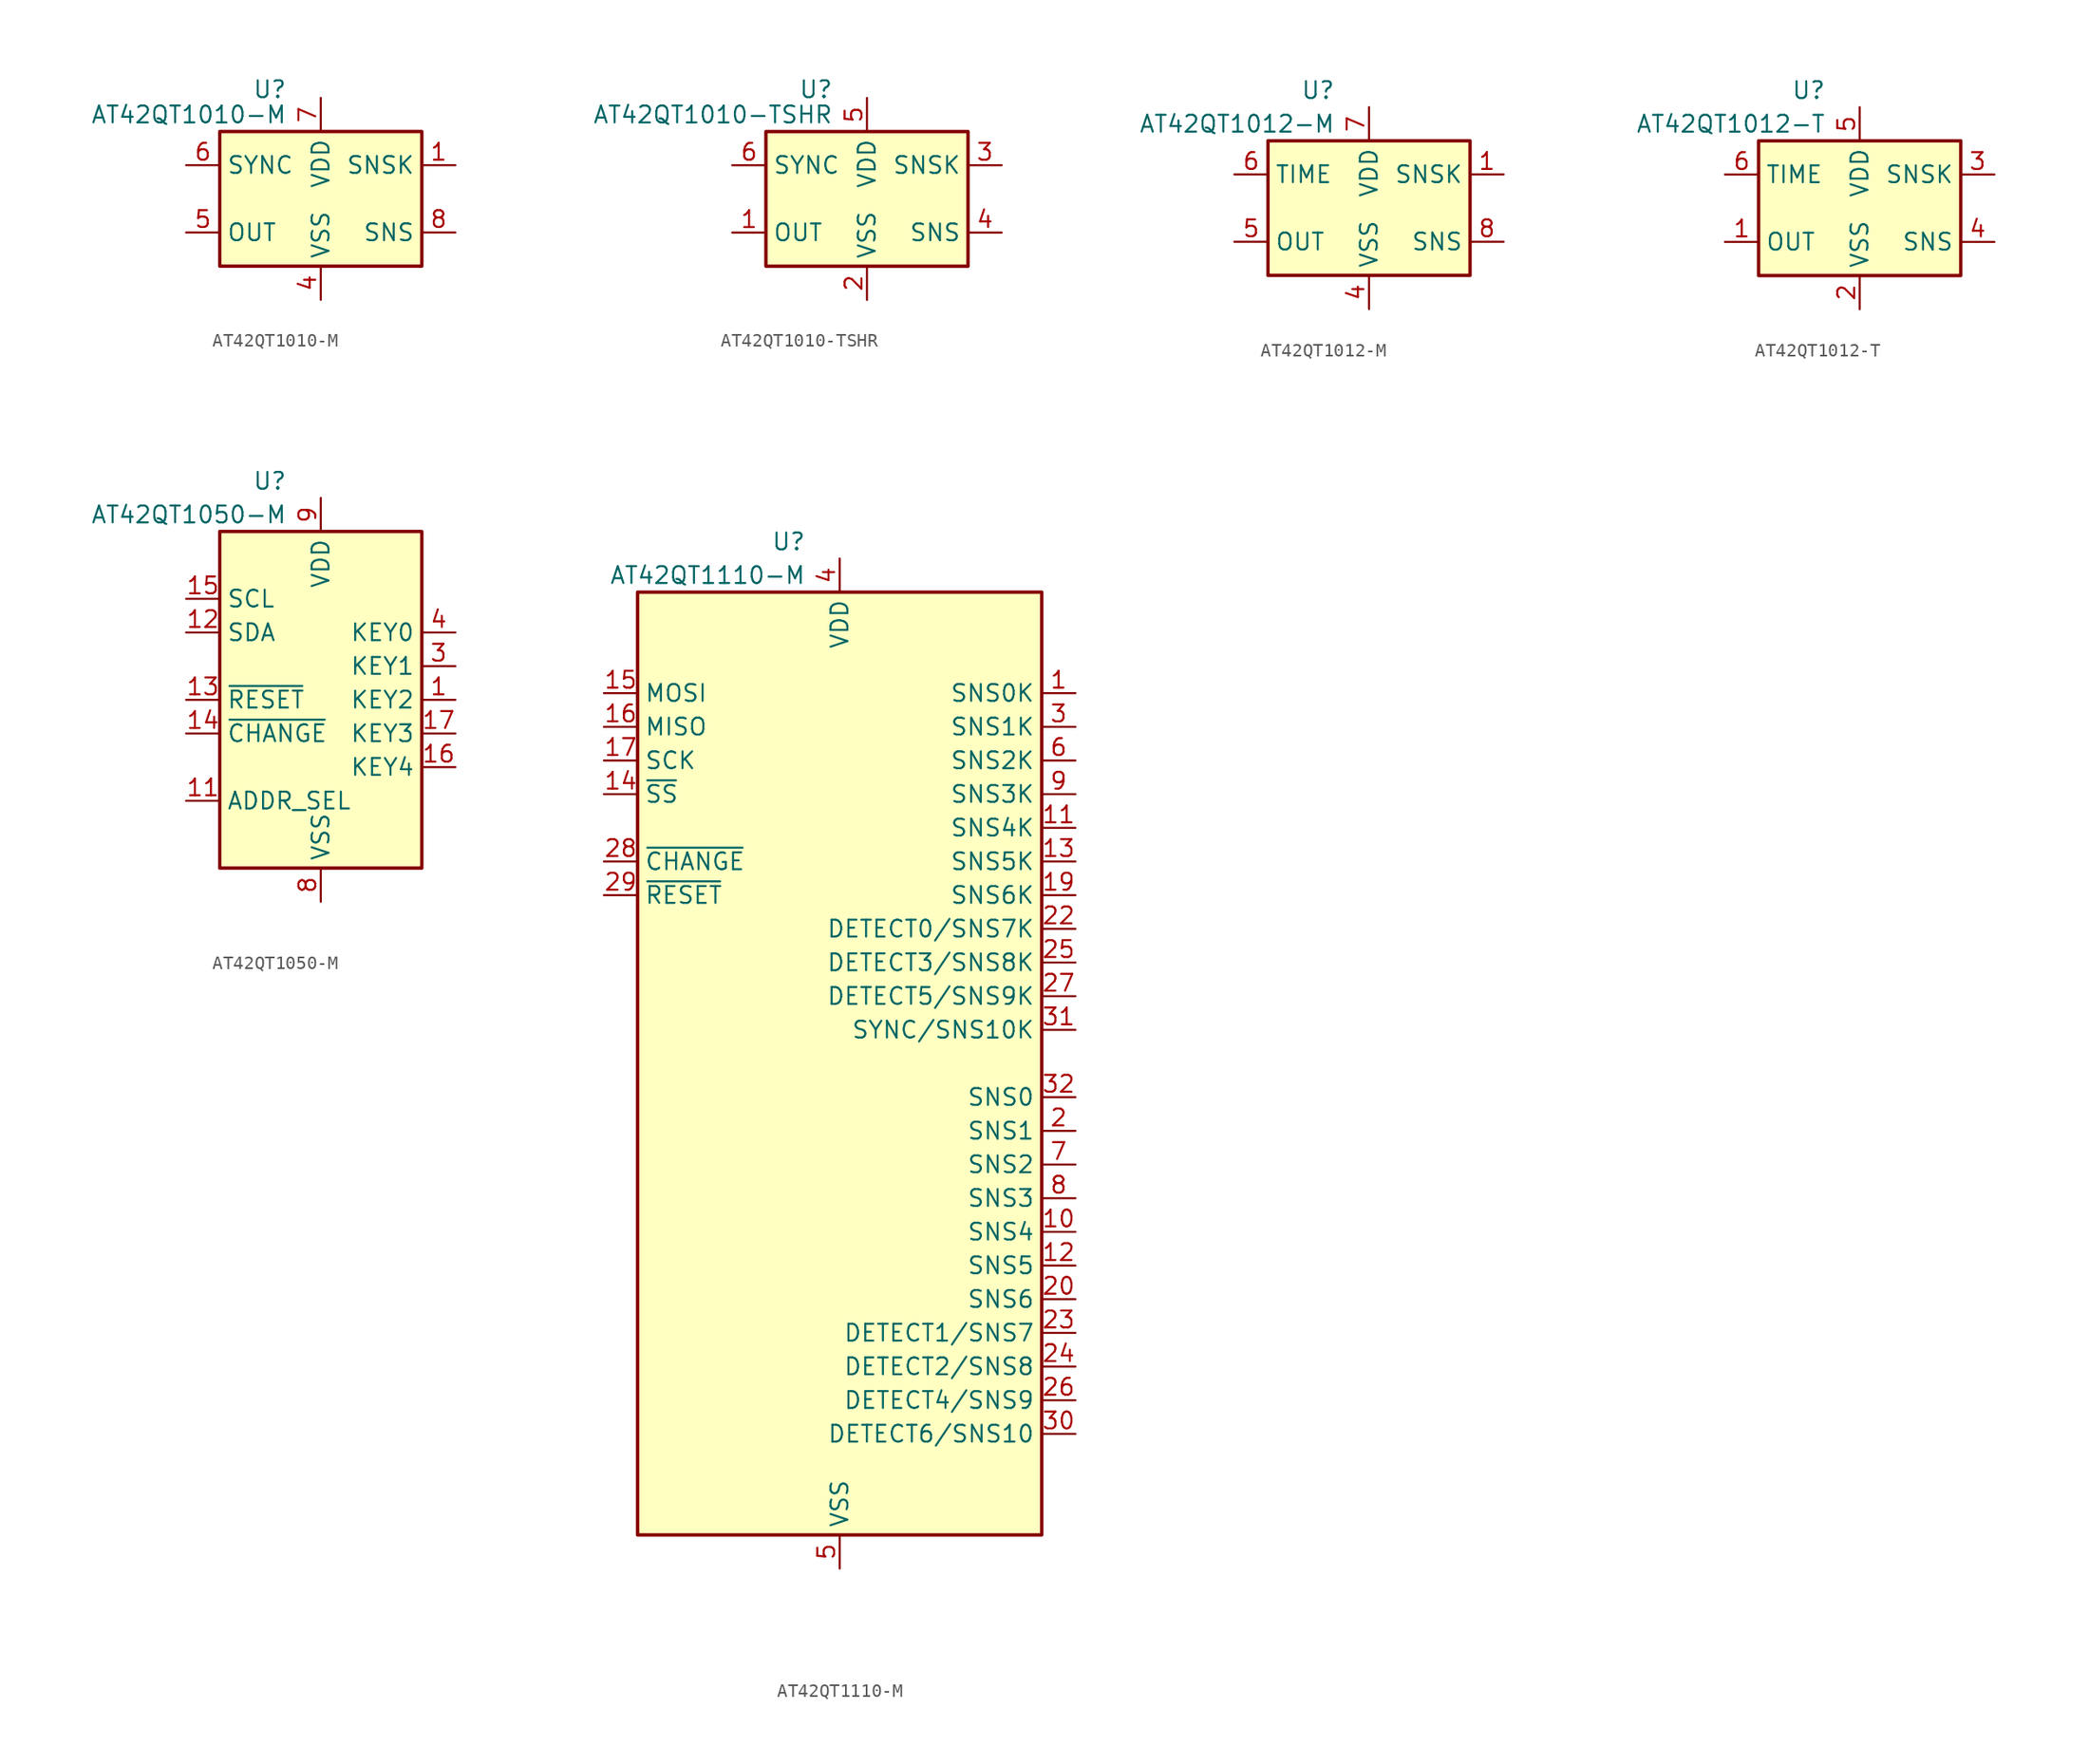
<source format=kicad_sym>
(kicad_symbol_lib
  (version 20201005)
  (generator kicad_symbol_editor)
  (symbol "AT42QT1010-M"
    (property "Reference" "U"
      (at -2.54 8.255 0)
      (effects (font (size 1.27 1.27)) (justify right)))
    (property "Value" "AT42QT1010-M"
      (at -2.54 6.35 0)
      (effects (font (size 1.27 1.27)) (justify right)))
    (symbol "AT42QT1010-M_0_1"
      (rectangle (start -7.62 5.08) (end 7.62 -5.08) (stroke (width 0.254)) (fill (type background))))
    (symbol "AT42QT1010-M_1_1"
      (pin passive line (at 10.16 2.54 180) (length 2.54) (name "SNSK" (effects (font (size 1.27 1.27)))) (number "1" (effects (font (size 1.27 1.27)))))
      (pin no_connect line (at -7.62 0 0) (length 2.54) hide (name "NC" (effects (font (size 1.27 1.27)))) (number "2" (effects (font (size 1.27 1.27)))))
      (pin no_connect line (at 7.62 0 180) (length 2.54) hide (name "NC" (effects (font (size 1.27 1.27)))) (number "3" (effects (font (size 1.27 1.27)))))
      (pin power_in line (at 0 -7.62 90) (length 2.54) (name "VSS" (effects (font (size 1.27 1.27)))) (number "4" (effects (font (size 1.27 1.27)))))
      (pin output line (at -10.16 -2.54 0) (length 2.54) (name "OUT" (effects (font (size 1.27 1.27)))) (number "5" (effects (font (size 1.27 1.27)))))
      (pin input line (at -10.16 2.54 0) (length 2.54) (name "SYNC" (effects (font (size 1.27 1.27)))) (number "6" (effects (font (size 1.27 1.27)))))
      (pin power_in line (at 0 7.62 270) (length 2.54) (name "VDD" (effects (font (size 1.27 1.27)))) (number "7" (effects (font (size 1.27 1.27)))))
      (pin passive line (at 10.16 -2.54 180) (length 2.54) (name "SNS" (effects (font (size 1.27 1.27)))) (number "8" (effects (font (size 1.27 1.27)))))
      (pin passive line (at 0 -7.62 90) (length 2.54) hide (name "VSS" (effects (font (size 1.27 1.27)))) (number "9" (effects (font (size 1.27 1.27)))))))
  (symbol "AT42QT1010-TSHR"
    (property "Reference" "U"
      (at -2.54 8.255 0)
      (effects (font (size 1.27 1.27)) (justify right)))
    (property "Value" "AT42QT1010-TSHR"
      (at -2.54 6.35 0)
      (effects (font (size 1.27 1.27)) (justify right)))
    (symbol "AT42QT1010-TSHR_0_1"
      (rectangle (start -7.62 5.08) (end 7.62 -5.08) (stroke (width 0.254)) (fill (type background))))
    (symbol "AT42QT1010-TSHR_1_1"
      (pin output line (at -10.16 -2.54 0) (length 2.54) (name "OUT" (effects (font (size 1.27 1.27)))) (number "1" (effects (font (size 1.27 1.27)))))
      (pin power_in line (at 0 -7.62 90) (length 2.54) (name "VSS" (effects (font (size 1.27 1.27)))) (number "2" (effects (font (size 1.27 1.27)))))
      (pin passive line (at 10.16 2.54 180) (length 2.54) (name "SNSK" (effects (font (size 1.27 1.27)))) (number "3" (effects (font (size 1.27 1.27)))))
      (pin passive line (at 10.16 -2.54 180) (length 2.54) (name "SNS" (effects (font (size 1.27 1.27)))) (number "4" (effects (font (size 1.27 1.27)))))
      (pin power_in line (at 0 7.62 270) (length 2.54) (name "VDD" (effects (font (size 1.27 1.27)))) (number "5" (effects (font (size 1.27 1.27)))))
      (pin input line (at -10.16 2.54 0) (length 2.54) (name "SYNC" (effects (font (size 1.27 1.27)))) (number "6" (effects (font (size 1.27 1.27)))))))
  (symbol "AT42QT1012-M"
    (property "Reference" "U"
      (at -2.54 8.89 0)
      (effects (font (size 1.27 1.27)) (justify right)))
    (property "Value" "AT42QT1012-M"
      (at -2.54 6.35 0)
      (effects (font (size 1.27 1.27)) (justify right)))
    (symbol "AT42QT1012-M_0_1"
      (rectangle (start -7.62 5.08) (end 7.62 -5.08) (stroke (width 0.254)) (fill (type background))))
    (symbol "AT42QT1012-M_1_1"
      (pin passive line (at 10.16 2.54 180) (length 2.54) (name "SNSK" (effects (font (size 1.27 1.27)))) (number "1" (effects (font (size 1.27 1.27)))))
      (pin no_connect line (at -7.62 0 0) (length 2.54) hide (name "NC" (effects (font (size 1.27 1.27)))) (number "2" (effects (font (size 1.27 1.27)))))
      (pin no_connect line (at 7.62 0 180) (length 2.54) hide (name "NC" (effects (font (size 1.27 1.27)))) (number "3" (effects (font (size 1.27 1.27)))))
      (pin power_in line (at 0 -7.62 90) (length 2.54) (name "VSS" (effects (font (size 1.27 1.27)))) (number "4" (effects (font (size 1.27 1.27)))))
      (pin output line (at -10.16 -2.54 0) (length 2.54) (name "OUT" (effects (font (size 1.27 1.27)))) (number "5" (effects (font (size 1.27 1.27)))))
      (pin input line (at -10.16 2.54 0) (length 2.54) (name "TIME" (effects (font (size 1.27 1.27)))) (number "6" (effects (font (size 1.27 1.27)))))
      (pin power_in line (at 0 7.62 270) (length 2.54) (name "VDD" (effects (font (size 1.27 1.27)))) (number "7" (effects (font (size 1.27 1.27)))))
      (pin passive line (at 10.16 -2.54 180) (length 2.54) (name "SNS" (effects (font (size 1.27 1.27)))) (number "8" (effects (font (size 1.27 1.27)))))
      (pin passive line (at 0 -7.62 90) (length 2.54) hide (name "VSS" (effects (font (size 1.27 1.27)))) (number "9" (effects (font (size 1.27 1.27)))))))
  (symbol "AT42QT1012-T"
    (property "Reference" "U"
      (at -2.54 8.89 0)
      (effects (font (size 1.27 1.27)) (justify right)))
    (property "Value" "AT42QT1012-T"
      (at -2.54 6.35 0)
      (effects (font (size 1.27 1.27)) (justify right)))
    (symbol "AT42QT1012-T_0_1"
      (rectangle (start -7.62 5.08) (end 7.62 -5.08) (stroke (width 0.254)) (fill (type background))))
    (symbol "AT42QT1012-T_1_1"
      (pin output line (at -10.16 -2.54 0) (length 2.54) (name "OUT" (effects (font (size 1.27 1.27)))) (number "1" (effects (font (size 1.27 1.27)))))
      (pin power_in line (at 0 -7.62 90) (length 2.54) (name "VSS" (effects (font (size 1.27 1.27)))) (number "2" (effects (font (size 1.27 1.27)))))
      (pin passive line (at 10.16 2.54 180) (length 2.54) (name "SNSK" (effects (font (size 1.27 1.27)))) (number "3" (effects (font (size 1.27 1.27)))))
      (pin passive line (at 10.16 -2.54 180) (length 2.54) (name "SNS" (effects (font (size 1.27 1.27)))) (number "4" (effects (font (size 1.27 1.27)))))
      (pin power_in line (at 0 7.62 270) (length 2.54) (name "VDD" (effects (font (size 1.27 1.27)))) (number "5" (effects (font (size 1.27 1.27)))))
      (pin input line (at -10.16 2.54 0) (length 2.54) (name "TIME" (effects (font (size 1.27 1.27)))) (number "6" (effects (font (size 1.27 1.27)))))))
  (symbol "AT42QT1050-M"
    (property "Reference" "U"
      (at -2.54 16.51 0)
      (effects (font (size 1.27 1.27)) (justify right)))
    (property "Value" "AT42QT1050-M"
      (at -2.54 13.97 0)
      (effects (font (size 1.27 1.27)) (justify right)))
    (symbol "AT42QT1050-M_0_1"
      (rectangle (start -7.62 12.7) (end 7.62 -12.7) (stroke (width 0.254)) (fill (type background))))
    (symbol "AT42QT1050-M_1_1"
      (pin passive line (at 10.16 0 180) (length 2.54) (name "KEY2" (effects (font (size 1.27 1.27)))) (number "1" (effects (font (size 1.27 1.27)))))
      (pin no_connect line (at 7.62 10.16 180) (length 2.54) hide (name "NC" (effects (font (size 1.27 1.27)))) (number "10" (effects (font (size 1.27 1.27)))))
      (pin input line (at -10.16 -7.62 0) (length 2.54) (name "ADDR_SEL" (effects (font (size 1.27 1.27)))) (number "11" (effects (font (size 1.27 1.27)))))
      (pin bidirectional line (at -10.16 5.08 0) (length 2.54) (name "SDA" (effects (font (size 1.27 1.27)))) (number "12" (effects (font (size 1.27 1.27)))))
      (pin input line (at -10.16 0 0) (length 2.54) (name "~RESET" (effects (font (size 1.27 1.27)))) (number "13" (effects (font (size 1.27 1.27)))))
      (pin open_collector line (at -10.16 -2.54 0) (length 2.54) (name "~CHANGE" (effects (font (size 1.27 1.27)))) (number "14" (effects (font (size 1.27 1.27)))))
      (pin input line (at -10.16 7.62 0) (length 2.54) (name "SCL" (effects (font (size 1.27 1.27)))) (number "15" (effects (font (size 1.27 1.27)))))
      (pin passive line (at 10.16 -5.08 180) (length 2.54) (name "KEY4" (effects (font (size 1.27 1.27)))) (number "16" (effects (font (size 1.27 1.27)))))
      (pin passive line (at 10.16 -2.54 180) (length 2.54) (name "KEY3" (effects (font (size 1.27 1.27)))) (number "17" (effects (font (size 1.27 1.27)))))
      (pin no_connect line (at 7.62 7.62 180) (length 2.54) hide (name "NC" (effects (font (size 1.27 1.27)))) (number "18" (effects (font (size 1.27 1.27)))))
      (pin no_connect line (at 7.62 -7.62 180) (length 2.54) hide (name "NC" (effects (font (size 1.27 1.27)))) (number "19" (effects (font (size 1.27 1.27)))))
      (pin no_connect line (at -7.62 10.16 0) (length 2.54) hide (name "NC" (effects (font (size 1.27 1.27)))) (number "2" (effects (font (size 1.27 1.27)))))
      (pin no_connect line (at 7.62 -10.16 180) (length 2.54) hide (name "NC" (effects (font (size 1.27 1.27)))) (number "20" (effects (font (size 1.27 1.27)))))
      (pin passive line (at 0 -15.24 90) (length 2.54) hide (name "VSS" (effects (font (size 1.27 1.27)))) (number "21" (effects (font (size 1.27 1.27)))))
      (pin passive line (at 10.16 2.54 180) (length 2.54) (name "KEY1" (effects (font (size 1.27 1.27)))) (number "3" (effects (font (size 1.27 1.27)))))
      (pin passive line (at 10.16 5.08 180) (length 2.54) (name "KEY0" (effects (font (size 1.27 1.27)))) (number "4" (effects (font (size 1.27 1.27)))))
      (pin no_connect line (at -7.62 2.54 0) (length 2.54) hide (name "NC" (effects (font (size 1.27 1.27)))) (number "5" (effects (font (size 1.27 1.27)))))
      (pin no_connect line (at -7.62 -5.08 0) (length 2.54) hide (name "NC" (effects (font (size 1.27 1.27)))) (number "6" (effects (font (size 1.27 1.27)))))
      (pin no_connect line (at -7.62 -10.16 0) (length 2.54) hide (name "NC" (effects (font (size 1.27 1.27)))) (number "7" (effects (font (size 1.27 1.27)))))
      (pin power_in line (at 0 -15.24 90) (length 2.54) (name "VSS" (effects (font (size 1.27 1.27)))) (number "8" (effects (font (size 1.27 1.27)))))
      (pin power_in line (at 0 15.24 270) (length 2.54) (name "VDD" (effects (font (size 1.27 1.27)))) (number "9" (effects (font (size 1.27 1.27)))))))
  (symbol "AT42QT1110-M"
    (property "Reference" "U"
      (at -2.54 39.37 0)
      (effects (font (size 1.27 1.27)) (justify right)))
    (property "Value" "AT42QT1110-M"
      (at -2.54 36.83 0)
      (effects (font (size 1.27 1.27)) (justify right)))
    (symbol "AT42QT1110-M_0_1"
      (rectangle (start -15.24 35.56) (end 15.24 -35.56) (stroke (width 0.254)) (fill (type background))))
    (symbol "AT42QT1110-M_1_1"
      (pin passive line (at 17.78 27.94 180) (length 2.54) (name "SNS0K" (effects (font (size 1.27 1.27)))) (number "1" (effects (font (size 1.27 1.27)))))
      (pin passive line (at 17.78 -12.7 180) (length 2.54) (name "SNS4" (effects (font (size 1.27 1.27)))) (number "10" (effects (font (size 1.27 1.27)))))
      (pin passive line (at 17.78 17.78 180) (length 2.54) (name "SNS4K" (effects (font (size 1.27 1.27)))) (number "11" (effects (font (size 1.27 1.27)))))
      (pin passive line (at 17.78 -15.24 180) (length 2.54) (name "SNS5" (effects (font (size 1.27 1.27)))) (number "12" (effects (font (size 1.27 1.27)))))
      (pin passive line (at 17.78 15.24 180) (length 2.54) (name "SNS5K" (effects (font (size 1.27 1.27)))) (number "13" (effects (font (size 1.27 1.27)))))
      (pin input line (at -17.78 20.32 0) (length 2.54) (name "~SS" (effects (font (size 1.27 1.27)))) (number "14" (effects (font (size 1.27 1.27)))))
      (pin input line (at -17.78 27.94 0) (length 2.54) (name "MOSI" (effects (font (size 1.27 1.27)))) (number "15" (effects (font (size 1.27 1.27)))))
      (pin output line (at -17.78 25.4 0) (length 2.54) (name "MISO" (effects (font (size 1.27 1.27)))) (number "16" (effects (font (size 1.27 1.27)))))
      (pin input line (at -17.78 22.86 0) (length 2.54) (name "SCK" (effects (font (size 1.27 1.27)))) (number "17" (effects (font (size 1.27 1.27)))))
      (pin passive line (at 0 38.1 270) (length 2.54) hide (name "VDD" (effects (font (size 1.27 1.27)))) (number "18" (effects (font (size 1.27 1.27)))))
      (pin passive line (at 17.78 12.7 180) (length 2.54) (name "SNS6K" (effects (font (size 1.27 1.27)))) (number "19" (effects (font (size 1.27 1.27)))))
      (pin passive line (at 17.78 -5.08 180) (length 2.54) (name "SNS1" (effects (font (size 1.27 1.27)))) (number "2" (effects (font (size 1.27 1.27)))))
      (pin passive line (at 17.78 -17.78 180) (length 2.54) (name "SNS6" (effects (font (size 1.27 1.27)))) (number "20" (effects (font (size 1.27 1.27)))))
      (pin passive line (at 0 -38.1 90) (length 2.54) hide (name "VSS" (effects (font (size 1.27 1.27)))) (number "21" (effects (font (size 1.27 1.27)))))
      (pin bidirectional line (at 17.78 10.16 180) (length 2.54) (name "DETECT0/SNS7K" (effects (font (size 1.27 1.27)))) (number "22" (effects (font (size 1.27 1.27)))))
      (pin bidirectional line (at 17.78 -20.32 180) (length 2.54) (name "DETECT1/SNS7" (effects (font (size 1.27 1.27)))) (number "23" (effects (font (size 1.27 1.27)))))
      (pin bidirectional line (at 17.78 -22.86 180) (length 2.54) (name "DETECT2/SNS8" (effects (font (size 1.27 1.27)))) (number "24" (effects (font (size 1.27 1.27)))))
      (pin bidirectional line (at 17.78 7.62 180) (length 2.54) (name "DETECT3/SNS8K" (effects (font (size 1.27 1.27)))) (number "25" (effects (font (size 1.27 1.27)))))
      (pin bidirectional line (at 17.78 -25.4 180) (length 2.54) (name "DETECT4/SNS9" (effects (font (size 1.27 1.27)))) (number "26" (effects (font (size 1.27 1.27)))))
      (pin bidirectional line (at 17.78 5.08 180) (length 2.54) (name "DETECT5/SNS9K" (effects (font (size 1.27 1.27)))) (number "27" (effects (font (size 1.27 1.27)))))
      (pin open_collector line (at -17.78 15.24 0) (length 2.54) (name "~CHANGE" (effects (font (size 1.27 1.27)))) (number "28" (effects (font (size 1.27 1.27)))))
      (pin input line (at -17.78 12.7 0) (length 2.54) (name "~RESET" (effects (font (size 1.27 1.27)))) (number "29" (effects (font (size 1.27 1.27)))))
      (pin passive line (at 17.78 25.4 180) (length 2.54) (name "SNS1K" (effects (font (size 1.27 1.27)))) (number "3" (effects (font (size 1.27 1.27)))))
      (pin bidirectional line (at 17.78 -27.94 180) (length 2.54) (name "DETECT6/SNS10" (effects (font (size 1.27 1.27)))) (number "30" (effects (font (size 1.27 1.27)))))
      (pin bidirectional line (at 17.78 2.54 180) (length 2.54) (name "SYNC/SNS10K" (effects (font (size 1.27 1.27)))) (number "31" (effects (font (size 1.27 1.27)))))
      (pin passive line (at 17.78 -2.54 180) (length 2.54) (name "SNS0" (effects (font (size 1.27 1.27)))) (number "32" (effects (font (size 1.27 1.27)))))
      (pin passive line (at 0 -38.1 90) (length 2.54) hide (name "VSS" (effects (font (size 1.27 1.27)))) (number "33" (effects (font (size 1.27 1.27)))))
      (pin power_in line (at 0 38.1 270) (length 2.54) (name "VDD" (effects (font (size 1.27 1.27)))) (number "4" (effects (font (size 1.27 1.27)))))
      (pin power_in line (at 0 -38.1 90) (length 2.54) (name "VSS" (effects (font (size 1.27 1.27)))) (number "5" (effects (font (size 1.27 1.27)))))
      (pin passive line (at 17.78 22.86 180) (length 2.54) (name "SNS2K" (effects (font (size 1.27 1.27)))) (number "6" (effects (font (size 1.27 1.27)))))
      (pin passive line (at 17.78 -7.62 180) (length 2.54) (name "SNS2" (effects (font (size 1.27 1.27)))) (number "7" (effects (font (size 1.27 1.27)))))
      (pin passive line (at 17.78 -10.16 180) (length 2.54) (name "SNS3" (effects (font (size 1.27 1.27)))) (number "8" (effects (font (size 1.27 1.27)))))
      (pin passive line (at 17.78 20.32 180) (length 2.54) (name "SNS3K" (effects (font (size 1.27 1.27)))) (number "9" (effects (font (size 1.27 1.27))))))))
</source>
